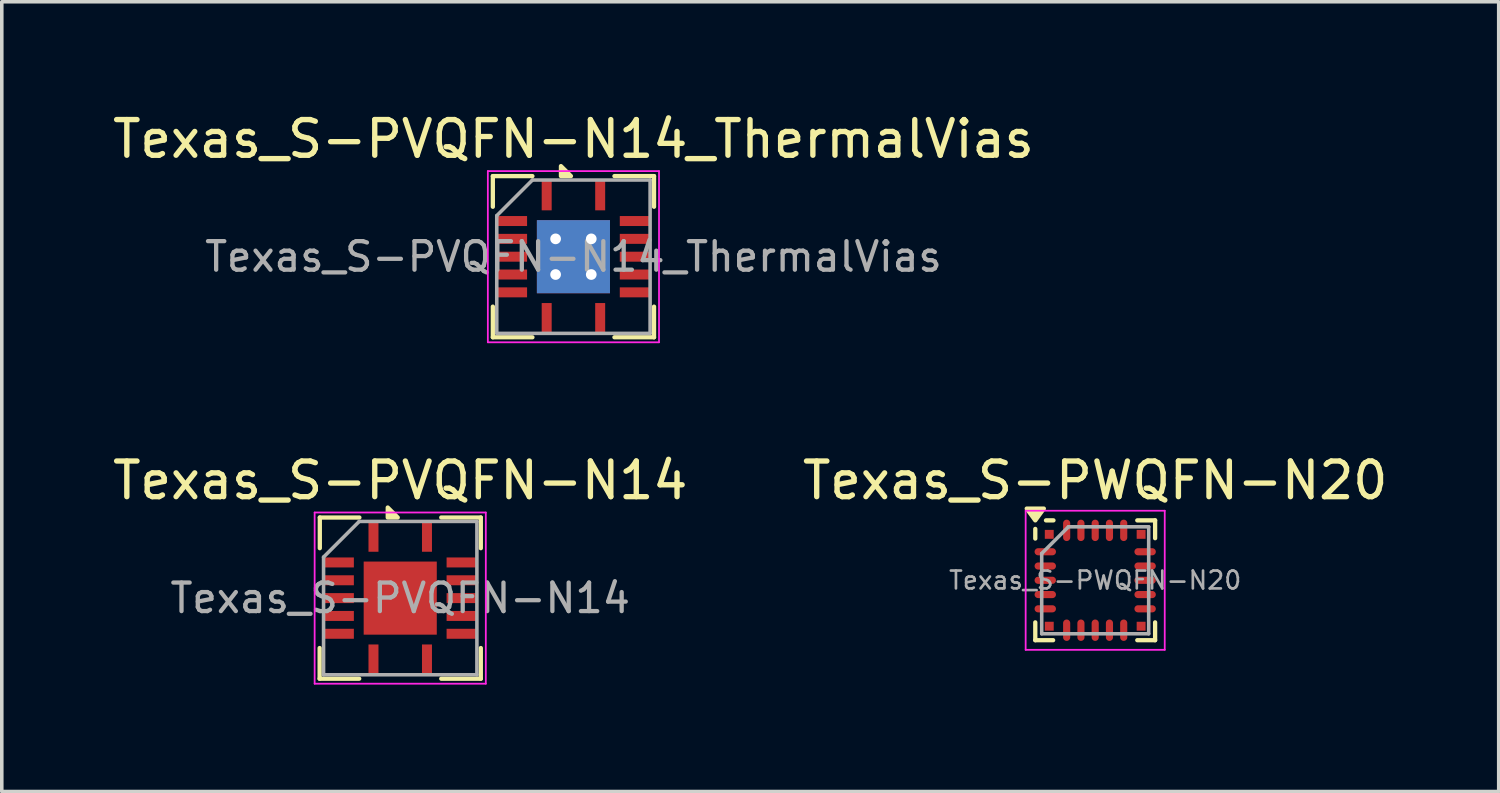
<source format=kicad_pcb>
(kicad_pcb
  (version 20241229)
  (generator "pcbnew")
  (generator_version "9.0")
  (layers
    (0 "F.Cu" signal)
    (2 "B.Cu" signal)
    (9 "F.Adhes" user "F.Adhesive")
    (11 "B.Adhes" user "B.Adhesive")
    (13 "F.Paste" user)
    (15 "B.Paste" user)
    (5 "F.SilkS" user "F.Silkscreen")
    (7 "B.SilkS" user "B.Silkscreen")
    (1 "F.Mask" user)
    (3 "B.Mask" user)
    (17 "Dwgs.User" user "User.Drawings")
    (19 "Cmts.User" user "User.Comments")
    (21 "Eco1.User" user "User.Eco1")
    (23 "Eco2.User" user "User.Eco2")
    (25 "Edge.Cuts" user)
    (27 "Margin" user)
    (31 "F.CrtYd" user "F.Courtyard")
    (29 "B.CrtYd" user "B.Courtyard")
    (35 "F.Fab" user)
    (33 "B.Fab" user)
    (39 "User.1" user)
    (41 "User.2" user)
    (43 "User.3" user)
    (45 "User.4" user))
  (footprint "Texas_S-PVQFN-N14_ThermalVias"
    (layer "F.Cu")
    (at 13.03 4.148)
    (property "Reference" "Texas_S-PVQFN-N14_ThermalVias" (at 0 -3.3 0) (layer "F.SilkS") (effects (font (size 1 1) (thickness 0.15))))
    (attr smd)
    (fp_line (start -2.26 -1.4) (end -2.26 -2.26) (stroke (width 0.12) (type solid)) (layer "F.SilkS"))
    (fp_line (start -2.26 2.26) (end -2.26 1.4) (stroke (width 0.12) (type default)) (layer "F.SilkS"))
    (fp_line (start -1.15 -2.26) (end -2.26 -2.26) (stroke (width 0.12) (type solid)) (layer "F.SilkS"))
    (fp_line (start -1.15 2.26) (end -2.26 2.26) (stroke (width 0.12) (type default)) (layer "F.SilkS"))
    (fp_line (start 1.15 -2.26) (end 2.26 -2.26) (stroke (width 0.12) (type default)) (layer "F.SilkS"))
    (fp_line (start 1.15 2.26) (end 2.26 2.26) (stroke (width 0.12) (type default)) (layer "F.SilkS"))
    (fp_line (start 2.26 -2.26) (end 2.26 -1.4) (stroke (width 0.12) (type default)) (layer "F.SilkS"))
    (fp_line (start 2.26 2.26) (end 2.26 1.4) (stroke (width 0.12) (type default)) (layer "F.SilkS"))
    (fp_poly (pts (xy -0.35 -2.26) (xy -0.35 -2.54) (xy -0.07 -2.26) (xy -0.35 -2.26)) (stroke (width 0.12) (type solid)) (fill yes) (layer "F.SilkS"))
    (fp_line (start -2.4 -2.4) (end 2.4 -2.4) (stroke (width 0.05) (type solid)) (layer "F.CrtYd"))
    (fp_line (start -2.4 2.4) (end -2.4 -2.4) (stroke (width 0.05) (type solid)) (layer "F.CrtYd"))
    (fp_line (start 2.4 -2.4) (end 2.4 2.4) (stroke (width 0.05) (type solid)) (layer "F.CrtYd"))
    (fp_line (start 2.4 2.4) (end -2.4 2.4) (stroke (width 0.05) (type solid)) (layer "F.CrtYd"))
    (fp_line (start -2.15 2.15) (end -2.15 -1.15) (stroke (width 0.1) (type solid)) (layer "F.Fab"))
    (fp_line (start -1.15 -2.15) (end -2.15 -1.15) (stroke (width 0.1) (type solid)) (layer "F.Fab"))
    (fp_line (start -1.15 -2.15) (end 2.15 -2.15) (stroke (width 0.1) (type solid)) (layer "F.Fab"))
    (fp_line (start 2.15 -2.15) (end 2.15 2.15) (stroke (width 0.1) (type solid)) (layer "F.Fab"))
    (fp_line (start 2.15 2.15) (end -2.15 2.15) (stroke (width 0.1) (type solid)) (layer "F.Fab"))
    (fp_text user "${REFERENCE}" (at 0 0 0) (layer "F.Fab") (effects (font (size 0.8 0.8) (thickness 0.12))))
    (pad "" smd rect (at -0.56 -0.56 270) (size 0.82 0.82) (layers "F.Paste"))
    (pad "" smd rect (at -0.56 0.56 270) (size 0.82 0.82) (layers "F.Paste"))
    (pad "" smd rect (at 0.56 -0.56 270) (size 0.82 0.82) (layers "F.Paste"))
    (pad "" smd rect (at 0.56 0.56 270) (size 0.82 0.82) (layers "F.Paste"))
    (pad "1" smd rect (at -0.75 -1.725 270) (size 0.85 0.28) (layers "F.Cu" "F.Mask" "F.Paste"))
    (pad "2" smd rect (at -1.725 -1 270) (size 0.28 0.85) (layers "F.Cu" "F.Mask" "F.Paste"))
    (pad "3" smd rect (at -1.725 -0.5 270) (size 0.28 0.85) (layers "F.Cu" "F.Mask" "F.Paste"))
    (pad "4" smd rect (at -1.725 0 270) (size 0.28 0.85) (layers "F.Cu" "F.Mask" "F.Paste"))
    (pad "5" smd rect (at -1.725 0.5 270) (size 0.28 0.85) (layers "F.Cu" "F.Mask" "F.Paste"))
    (pad "6" smd rect (at -1.725 1 270) (size 0.28 0.85) (layers "F.Cu" "F.Mask" "F.Paste"))
    (pad "7" smd rect (at -0.75 1.725 270) (size 0.85 0.28) (layers "F.Cu" "F.Mask" "F.Paste"))
    (pad "8" smd rect (at 0.75 1.725 270) (size 0.85 0.28) (layers "F.Cu" "F.Mask" "F.Paste"))
    (pad "9" smd rect (at 1.725 1 270) (size 0.28 0.85) (layers "F.Cu" "F.Mask" "F.Paste"))
    (pad "10" smd rect (at 1.725 0.5 270) (size 0.28 0.85) (layers "F.Cu" "F.Mask" "F.Paste"))
    (pad "11" smd rect (at 1.725 0 270) (size 0.28 0.85) (layers "F.Cu" "F.Mask" "F.Paste"))
    (pad "12" smd rect (at 1.725 -0.5 270) (size 0.28 0.85) (layers "F.Cu" "F.Mask" "F.Paste"))
    (pad "13" smd rect (at 1.725 -1 270) (size 0.28 0.85) (layers "F.Cu" "F.Mask" "F.Paste"))
    (pad "14" smd rect (at 0.75 -1.725 270) (size 0.85 0.28) (layers "F.Cu" "F.Mask" "F.Paste"))
    (pad "15" thru_hole circle (at -0.5 -0.5 270) (size 0.6 0.6) (drill 0.3) (layers "*.Cu"))
    (pad "15" thru_hole circle (at -0.5 0.5 270) (size 0.6 0.6) (drill 0.3) (layers "*.Cu"))
    (pad "15" smd rect (at 0 0 270) (size 2.05 2.05) (layers "F.Cu" "F.Mask"))
    (pad "15" smd rect (at 0 0 270) (size 2.05 2.05) (layers "B.Cu"))
    (pad "15" thru_hole circle (at 0.5 -0.5 270) (size 0.6 0.6) (drill 0.3) (layers "*.Cu"))
    (pad "15" thru_hole circle (at 0.5 0.5 270) (size 0.6 0.6) (drill 0.3) (layers "*.Cu")))
  (footprint "Texas_S-PWQFN-N20"
    (layer "F.Cu")
    (at 27.661 13.222)
    (property "Reference" "Texas_S-PWQFN-N20" (at 0 -2.8 0) (layer "F.SilkS") (effects (font (size 1 1) (thickness 0.15))))
    (attr smd)
    (fp_line (start -1.68 -1.17) (end -1.68 -1.44) (stroke (width 0.12) (type solid)) (layer "F.SilkS"))
    (fp_line (start -1.68 1.68) (end -1.68 1.18) (stroke (width 0.12) (type solid)) (layer "F.SilkS"))
    (fp_line (start -1.18 1.68) (end -1.68 1.68) (stroke (width 0.12) (type solid)) (layer "F.SilkS"))
    (fp_line (start -1.17 -1.68) (end -1.38 -1.68) (stroke (width 0.12) (type solid)) (layer "F.SilkS"))
    (fp_line (start 1.18 -1.68) (end 1.68 -1.68) (stroke (width 0.12) (type solid)) (layer "F.SilkS"))
    (fp_line (start 1.18 1.68) (end 1.68 1.68) (stroke (width 0.12) (type solid)) (layer "F.SilkS"))
    (fp_line (start 1.68 -1.68) (end 1.68 -1.18) (stroke (width 0.12) (type solid)) (layer "F.SilkS"))
    (fp_line (start 1.68 1.68) (end 1.68 1.18) (stroke (width 0.12) (type solid)) (layer "F.SilkS"))
    (fp_poly (pts (xy -1.68 -1.68) (xy -1.92 -2.01) (xy -1.44 -2.01) (xy -1.68 -1.68)) (stroke (width 0.12) (type solid)) (fill yes) (layer "F.SilkS"))
    (fp_line (start -1.95 -1.95) (end 1.95 -1.95) (stroke (width 0.05) (type solid)) (layer "F.CrtYd"))
    (fp_line (start -1.95 1.95) (end -1.95 -1.95) (stroke (width 0.05) (type solid)) (layer "F.CrtYd"))
    (fp_line (start 1.95 -1.95) (end 1.95 1.95) (stroke (width 0.05) (type solid)) (layer "F.CrtYd"))
    (fp_line (start 1.95 1.95) (end -1.95 1.95) (stroke (width 0.05) (type solid)) (layer "F.CrtYd"))
    (fp_line (start -1.5 -0.75) (end -1.5 1.5) (stroke (width 0.1) (type solid)) (layer "F.Fab"))
    (fp_line (start -1.5 1.5) (end 1.5 1.5) (stroke (width 0.1) (type solid)) (layer "F.Fab"))
    (fp_line (start -0.75 -1.5) (end -1.5 -0.75) (stroke (width 0.1) (type solid)) (layer "F.Fab"))
    (fp_line (start 1.5 -1.5) (end -0.75 -1.5) (stroke (width 0.1) (type solid)) (layer "F.Fab"))
    (fp_line (start 1.5 1.5) (end 1.5 -1.5) (stroke (width 0.1) (type solid)) (layer "F.Fab"))
    (fp_text user "${REFERENCE}" (at 0 0 0) (layer "F.Fab") (effects (font (size 0.5 0.5) (thickness 0.075))))
    (pad "" smd rect (at -1.288 -1.288) (size 0.25 0.25) (layers "F.Cu" "F.Mask" "F.Paste"))
    (pad "" smd rect (at -1.288 1.288) (size 0.25 0.25) (layers "F.Cu" "F.Mask" "F.Paste"))
    (pad "" smd rect (at 1.288 -1.288) (size 0.25 0.25) (layers "F.Cu" "F.Mask" "F.Paste"))
    (pad "" smd rect (at 1.288 1.288) (size 0.25 0.25) (layers "F.Cu" "F.Mask" "F.Paste"))
    (pad "1" smd oval (at -1.4 -0.8 90) (size 0.2 0.6) (layers "F.Cu" "F.Mask" "F.Paste"))
    (pad "2" smd oval (at -1.4 -0.4 90) (size 0.2 0.6) (layers "F.Cu" "F.Mask" "F.Paste"))
    (pad "3" smd oval (at -1.4 0 90) (size 0.2 0.6) (layers "F.Cu" "F.Mask" "F.Paste"))
    (pad "4" smd oval (at -1.4 0.4 90) (size 0.2 0.6) (layers "F.Cu" "F.Mask" "F.Paste"))
    (pad "5" smd oval (at -1.4 0.8 90) (size 0.2 0.6) (layers "F.Cu" "F.Mask" "F.Paste"))
    (pad "6" smd oval (at -0.8 1.4) (size 0.2 0.6) (layers "F.Cu" "F.Mask" "F.Paste"))
    (pad "7" smd oval (at -0.4 1.4) (size 0.2 0.6) (layers "F.Cu" "F.Mask" "F.Paste"))
    (pad "8" smd oval (at 0 1.4) (size 0.2 0.6) (layers "F.Cu" "F.Mask" "F.Paste"))
    (pad "9" smd oval (at 0.4 1.4) (size 0.2 0.6) (layers "F.Cu" "F.Mask" "F.Paste"))
    (pad "10" smd oval (at 0.8 1.4) (size 0.2 0.6) (layers "F.Cu" "F.Mask" "F.Paste"))
    (pad "11" smd oval (at 1.4 0.8 90) (size 0.2 0.6) (layers "F.Cu" "F.Mask" "F.Paste"))
    (pad "12" smd oval (at 1.4 0.4 90) (size 0.2 0.6) (layers "F.Cu" "F.Mask" "F.Paste"))
    (pad "13" smd oval (at 1.4 0 90) (size 0.2 0.6) (layers "F.Cu" "F.Mask" "F.Paste"))
    (pad "14" smd oval (at 1.4 -0.4 90) (size 0.2 0.6) (layers "F.Cu" "F.Mask" "F.Paste"))
    (pad "15" smd oval (at 1.4 -0.8 90) (size 0.2 0.6) (layers "F.Cu" "F.Mask" "F.Paste"))
    (pad "16" smd oval (at 0.8 -1.4) (size 0.2 0.6) (layers "F.Cu" "F.Mask" "F.Paste"))
    (pad "17" smd oval (at 0.4 -1.4) (size 0.2 0.6) (layers "F.Cu" "F.Mask" "F.Paste"))
    (pad "18" smd oval (at 0 -1.4) (size 0.2 0.6) (layers "F.Cu" "F.Mask" "F.Paste"))
    (pad "19" smd oval (at -0.4 -1.4) (size 0.2 0.6) (layers "F.Cu" "F.Mask" "F.Paste"))
    (pad "20" smd oval (at -0.8 -1.4) (size 0.2 0.6) (layers "F.Cu" "F.Mask" "F.Paste")))
  (footprint "Texas_S-PVQFN-N14"
    (layer "F.Cu")
    (at 8.173 13.722)
    (property "Reference" "Texas_S-PVQFN-N14" (at 0 -3.3 0) (layer "F.SilkS") (effects (font (size 1 1) (thickness 0.15))))
    (attr smd)
    (fp_line (start -2.26 2.26) (end -2.26 1.4) (stroke (width 0.12) (type default)) (layer "F.SilkS"))
    (fp_line (start -2.255 -1.4) (end -2.255 -2.26) (stroke (width 0.12) (type solid)) (layer "F.SilkS"))
    (fp_line (start -1.15 2.26) (end -2.26 2.26) (stroke (width 0.12) (type default)) (layer "F.SilkS"))
    (fp_line (start -1.145 -2.26) (end -2.255 -2.26) (stroke (width 0.12) (type solid)) (layer "F.SilkS"))
    (fp_line (start 1.15 -2.26) (end 2.26 -2.26) (stroke (width 0.12) (type default)) (layer "F.SilkS"))
    (fp_line (start 1.15 2.26) (end 2.26 2.26) (stroke (width 0.12) (type default)) (layer "F.SilkS"))
    (fp_line (start 2.26 -2.26) (end 2.26 -1.4) (stroke (width 0.12) (type default)) (layer "F.SilkS"))
    (fp_line (start 2.26 2.26) (end 2.26 1.4) (stroke (width 0.12) (type default)) (layer "F.SilkS"))
    (fp_poly (pts (xy -0.35 -2.26) (xy -0.35 -2.54) (xy -0.07 -2.26) (xy -0.35 -2.26)) (stroke (width 0.12) (type solid)) (fill yes) (layer "F.SilkS"))
    (fp_line (start -2.4 -2.4) (end 2.4 -2.4) (stroke (width 0.05) (type solid)) (layer "F.CrtYd"))
    (fp_line (start -2.4 2.4) (end -2.4 -2.4) (stroke (width 0.05) (type solid)) (layer "F.CrtYd"))
    (fp_line (start 2.4 -2.4) (end 2.4 2.4) (stroke (width 0.05) (type solid)) (layer "F.CrtYd"))
    (fp_line (start 2.4 2.4) (end -2.4 2.4) (stroke (width 0.05) (type solid)) (layer "F.CrtYd"))
    (fp_line (start -2.15 2.15) (end -2.15 -1.15) (stroke (width 0.1) (type solid)) (layer "F.Fab"))
    (fp_line (start -1.15 -2.15) (end -2.15 -1.15) (stroke (width 0.1) (type solid)) (layer "F.Fab"))
    (fp_line (start -1.15 -2.15) (end 2.15 -2.15) (stroke (width 0.1) (type solid)) (layer "F.Fab"))
    (fp_line (start 2.15 -2.15) (end 2.15 2.15) (stroke (width 0.1) (type solid)) (layer "F.Fab"))
    (fp_line (start 2.15 2.15) (end -2.15 2.15) (stroke (width 0.1) (type solid)) (layer "F.Fab"))
    (fp_text user "${REFERENCE}" (at 0 0 0) (layer "F.Fab") (effects (font (size 0.8 0.8) (thickness 0.12))))
    (pad "" smd rect (at -0.56 -0.56 270) (size 0.82 0.82) (layers "F.Paste"))
    (pad "" smd rect (at -0.56 0.56 270) (size 0.82 0.82) (layers "F.Paste"))
    (pad "" smd rect (at 0.56 -0.56 270) (size 0.82 0.82) (layers "F.Paste"))
    (pad "" smd rect (at 0.56 0.56 270) (size 0.82 0.82) (layers "F.Paste"))
    (pad "1" smd rect (at -0.75 -1.725 270) (size 0.85 0.28) (layers "F.Cu" "F.Mask" "F.Paste"))
    (pad "2" smd rect (at -1.725 -1 270) (size 0.28 0.85) (layers "F.Cu" "F.Mask" "F.Paste"))
    (pad "3" smd rect (at -1.725 -0.5 270) (size 0.28 0.85) (layers "F.Cu" "F.Mask" "F.Paste"))
    (pad "4" smd rect (at -1.725 0 270) (size 0.28 0.85) (layers "F.Cu" "F.Mask" "F.Paste"))
    (pad "5" smd rect (at -1.725 0.5 270) (size 0.28 0.85) (layers "F.Cu" "F.Mask" "F.Paste"))
    (pad "6" smd rect (at -1.725 1 270) (size 0.28 0.85) (layers "F.Cu" "F.Mask" "F.Paste"))
    (pad "7" smd rect (at -0.75 1.725 270) (size 0.85 0.28) (layers "F.Cu" "F.Mask" "F.Paste"))
    (pad "8" smd rect (at 0.75 1.725 270) (size 0.85 0.28) (layers "F.Cu" "F.Mask" "F.Paste"))
    (pad "9" smd rect (at 1.725 1 270) (size 0.28 0.85) (layers "F.Cu" "F.Mask" "F.Paste"))
    (pad "10" smd rect (at 1.725 0.5 270) (size 0.28 0.85) (layers "F.Cu" "F.Mask" "F.Paste"))
    (pad "11" smd rect (at 1.725 0 270) (size 0.28 0.85) (layers "F.Cu" "F.Mask" "F.Paste"))
    (pad "12" smd rect (at 1.725 -0.5 270) (size 0.28 0.85) (layers "F.Cu" "F.Mask" "F.Paste"))
    (pad "13" smd rect (at 1.725 -1 270) (size 0.28 0.85) (layers "F.Cu" "F.Mask" "F.Paste"))
    (pad "14" smd rect (at 0.75 -1.725 270) (size 0.85 0.28) (layers "F.Cu" "F.Mask" "F.Paste"))
    (pad "15" smd rect (at 0 0 270) (size 2.05 2.05) (layers "F.Cu" "F.Mask")))
  (gr_rect
    (start -3 -3)
    (end 38.976 19.146)
    (stroke (width 0.1) (type default))
    (fill no)
    (layer "Edge.Cuts")))
</source>
